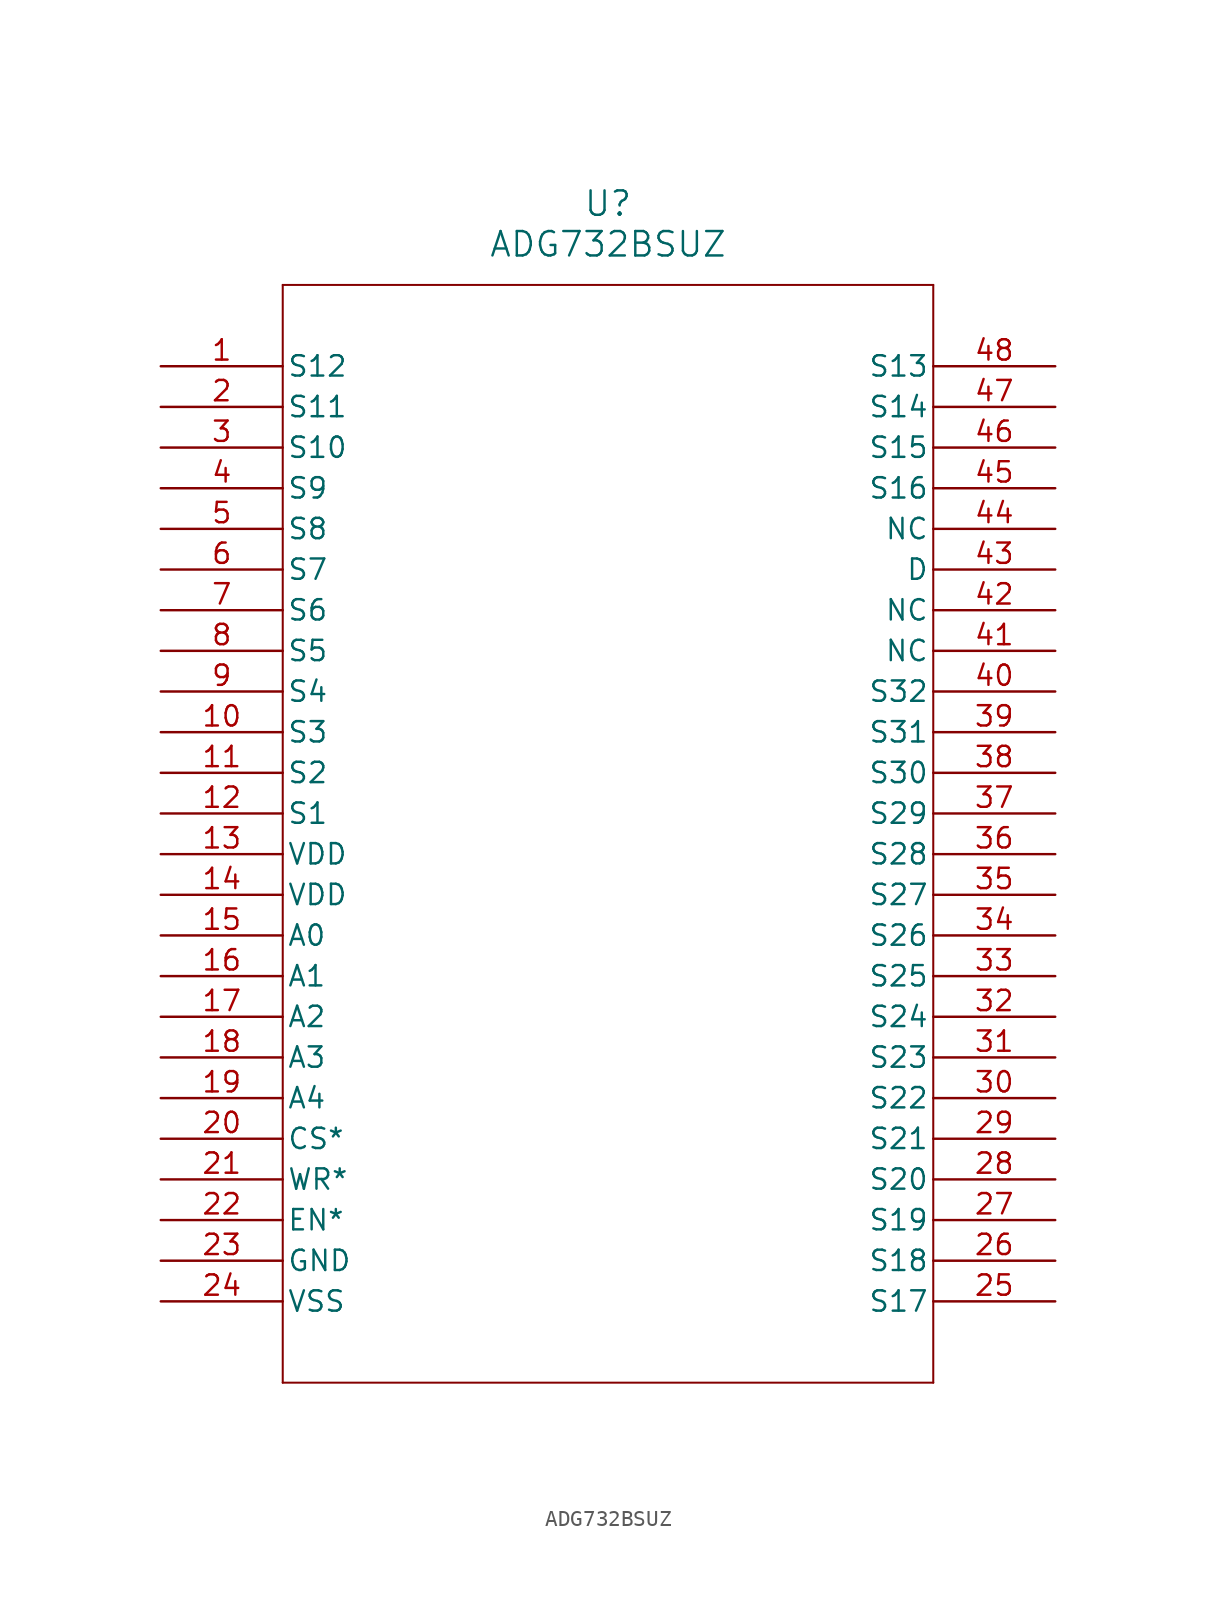
<source format=kicad_sym>
(kicad_symbol_lib
  (version 20211014)
  (generator kicad_symbol_editor)
  (symbol "ADG732BSUZ"
    (pin_names
      (offset 0.254))
    (property "Reference" "U"
      (at 27.94 10.16 0)
      (effects (font (size 1.524 1.524))))
    (property "Value" "ADG732BSUZ"
      (at 27.94 7.62 0)
      (effects (font (size 1.524 1.524))))
    (symbol "ADG732BSUZ_0_1"
      (polyline (pts (xy 7.62 5.08) (xy 7.62 -63.5)) (stroke (width 0.127) (type default) (color 0 0 0 0)) (fill (type none)))
      (polyline (pts (xy 7.62 -63.5) (xy 48.26 -63.5)) (stroke (width 0.127) (type default) (color 0 0 0 0)) (fill (type none)))
      (polyline (pts (xy 48.26 -63.5) (xy 48.26 5.08)) (stroke (width 0.127) (type default) (color 0 0 0 0)) (fill (type none)))
      (polyline (pts (xy 48.26 5.08) (xy 7.62 5.08)) (stroke (width 0.127) (type default) (color 0 0 0 0)) (fill (type none)))
      (pin unspecified line (at 0 0 0) (length 7.62) (name "S12" (effects (font (size 1.27 1.27)))) (number "1" (effects (font (size 1.27 1.27)))))
      (pin unspecified line (at 0 -2.54 0) (length 7.62) (name "S11" (effects (font (size 1.27 1.27)))) (number "2" (effects (font (size 1.27 1.27)))))
      (pin unspecified line (at 0 -5.08 0) (length 7.62) (name "S10" (effects (font (size 1.27 1.27)))) (number "3" (effects (font (size 1.27 1.27)))))
      (pin unspecified line (at 0 -7.62 0) (length 7.62) (name "S9" (effects (font (size 1.27 1.27)))) (number "4" (effects (font (size 1.27 1.27)))))
      (pin unspecified line (at 0 -10.16 0) (length 7.62) (name "S8" (effects (font (size 1.27 1.27)))) (number "5" (effects (font (size 1.27 1.27)))))
      (pin unspecified line (at 0 -12.7 0) (length 7.62) (name "S7" (effects (font (size 1.27 1.27)))) (number "6" (effects (font (size 1.27 1.27)))))
      (pin unspecified line (at 0 -15.24 0) (length 7.62) (name "S6" (effects (font (size 1.27 1.27)))) (number "7" (effects (font (size 1.27 1.27)))))
      (pin unspecified line (at 0 -17.78 0) (length 7.62) (name "S5" (effects (font (size 1.27 1.27)))) (number "8" (effects (font (size 1.27 1.27)))))
      (pin unspecified line (at 0 -20.32 0) (length 7.62) (name "S4" (effects (font (size 1.27 1.27)))) (number "9" (effects (font (size 1.27 1.27)))))
      (pin unspecified line (at 0 -22.86 0) (length 7.62) (name "S3" (effects (font (size 1.27 1.27)))) (number "10" (effects (font (size 1.27 1.27)))))
      (pin unspecified line (at 0 -25.4 0) (length 7.62) (name "S2" (effects (font (size 1.27 1.27)))) (number "11" (effects (font (size 1.27 1.27)))))
      (pin unspecified line (at 0 -27.94 0) (length 7.62) (name "S1" (effects (font (size 1.27 1.27)))) (number "12" (effects (font (size 1.27 1.27)))))
      (pin power_in line (at 0 -30.48 0) (length 7.62) (name "VDD" (effects (font (size 1.27 1.27)))) (number "13" (effects (font (size 1.27 1.27)))))
      (pin power_in line (at 0 -33.02 0) (length 7.62) (name "VDD" (effects (font (size 1.27 1.27)))) (number "14" (effects (font (size 1.27 1.27)))))
      (pin unspecified line (at 0 -35.56 0) (length 7.62) (name "A0" (effects (font (size 1.27 1.27)))) (number "15" (effects (font (size 1.27 1.27)))))
      (pin unspecified line (at 0 -38.1 0) (length 7.62) (name "A1" (effects (font (size 1.27 1.27)))) (number "16" (effects (font (size 1.27 1.27)))))
      (pin unspecified line (at 0 -40.64 0) (length 7.62) (name "A2" (effects (font (size 1.27 1.27)))) (number "17" (effects (font (size 1.27 1.27)))))
      (pin unspecified line (at 0 -43.18 0) (length 7.62) (name "A3" (effects (font (size 1.27 1.27)))) (number "18" (effects (font (size 1.27 1.27)))))
      (pin unspecified line (at 0 -45.72 0) (length 7.62) (name "A4" (effects (font (size 1.27 1.27)))) (number "19" (effects (font (size 1.27 1.27)))))
      (pin unspecified line (at 0 -48.26 0) (length 7.62) (name "CS*" (effects (font (size 1.27 1.27)))) (number "20" (effects (font (size 1.27 1.27)))))
      (pin unspecified line (at 0 -50.8 0) (length 7.62) (name "WR*" (effects (font (size 1.27 1.27)))) (number "21" (effects (font (size 1.27 1.27)))))
      (pin unspecified line (at 0 -53.34 0) (length 7.62) (name "EN*" (effects (font (size 1.27 1.27)))) (number "22" (effects (font (size 1.27 1.27)))))
      (pin unspecified line (at 0 -55.88 0) (length 7.62) (name "GND" (effects (font (size 1.27 1.27)))) (number "23" (effects (font (size 1.27 1.27)))))
      (pin power_in line (at 0 -58.42 0) (length 7.62) (name "VSS" (effects (font (size 1.27 1.27)))) (number "24" (effects (font (size 1.27 1.27)))))
      (pin unspecified line (at 55.88 -58.42 180) (length 7.62) (name "S17" (effects (font (size 1.27 1.27)))) (number "25" (effects (font (size 1.27 1.27)))))
      (pin unspecified line (at 55.88 -55.88 180) (length 7.62) (name "S18" (effects (font (size 1.27 1.27)))) (number "26" (effects (font (size 1.27 1.27)))))
      (pin unspecified line (at 55.88 -53.34 180) (length 7.62) (name "S19" (effects (font (size 1.27 1.27)))) (number "27" (effects (font (size 1.27 1.27)))))
      (pin unspecified line (at 55.88 -50.8 180) (length 7.62) (name "S20" (effects (font (size 1.27 1.27)))) (number "28" (effects (font (size 1.27 1.27)))))
      (pin unspecified line (at 55.88 -48.26 180) (length 7.62) (name "S21" (effects (font (size 1.27 1.27)))) (number "29" (effects (font (size 1.27 1.27)))))
      (pin unspecified line (at 55.88 -45.72 180) (length 7.62) (name "S22" (effects (font (size 1.27 1.27)))) (number "30" (effects (font (size 1.27 1.27)))))
      (pin unspecified line (at 55.88 -43.18 180) (length 7.62) (name "S23" (effects (font (size 1.27 1.27)))) (number "31" (effects (font (size 1.27 1.27)))))
      (pin unspecified line (at 55.88 -40.64 180) (length 7.62) (name "S24" (effects (font (size 1.27 1.27)))) (number "32" (effects (font (size 1.27 1.27)))))
      (pin unspecified line (at 55.88 -38.1 180) (length 7.62) (name "S25" (effects (font (size 1.27 1.27)))) (number "33" (effects (font (size 1.27 1.27)))))
      (pin unspecified line (at 55.88 -35.56 180) (length 7.62) (name "S26" (effects (font (size 1.27 1.27)))) (number "34" (effects (font (size 1.27 1.27)))))
      (pin unspecified line (at 55.88 -33.02 180) (length 7.62) (name "S27" (effects (font (size 1.27 1.27)))) (number "35" (effects (font (size 1.27 1.27)))))
      (pin unspecified line (at 55.88 -30.48 180) (length 7.62) (name "S28" (effects (font (size 1.27 1.27)))) (number "36" (effects (font (size 1.27 1.27)))))
      (pin unspecified line (at 55.88 -27.94 180) (length 7.62) (name "S29" (effects (font (size 1.27 1.27)))) (number "37" (effects (font (size 1.27 1.27)))))
      (pin unspecified line (at 55.88 -25.4 180) (length 7.62) (name "S30" (effects (font (size 1.27 1.27)))) (number "38" (effects (font (size 1.27 1.27)))))
      (pin unspecified line (at 55.88 -22.86 180) (length 7.62) (name "S31" (effects (font (size 1.27 1.27)))) (number "39" (effects (font (size 1.27 1.27)))))
      (pin unspecified line (at 55.88 -20.32 180) (length 7.62) (name "S32" (effects (font (size 1.27 1.27)))) (number "40" (effects (font (size 1.27 1.27)))))
      (pin unspecified line (at 55.88 -17.78 180) (length 7.62) (name "NC" (effects (font (size 1.27 1.27)))) (number "41" (effects (font (size 1.27 1.27)))))
      (pin unspecified line (at 55.88 -15.24 180) (length 7.62) (name "NC" (effects (font (size 1.27 1.27)))) (number "42" (effects (font (size 1.27 1.27)))))
      (pin unspecified line (at 55.88 -12.7 180) (length 7.62) (name "D" (effects (font (size 1.27 1.27)))) (number "43" (effects (font (size 1.27 1.27)))))
      (pin unspecified line (at 55.88 -10.16 180) (length 7.62) (name "NC" (effects (font (size 1.27 1.27)))) (number "44" (effects (font (size 1.27 1.27)))))
      (pin unspecified line (at 55.88 -7.62 180) (length 7.62) (name "S16" (effects (font (size 1.27 1.27)))) (number "45" (effects (font (size 1.27 1.27)))))
      (pin unspecified line (at 55.88 -5.08 180) (length 7.62) (name "S15" (effects (font (size 1.27 1.27)))) (number "46" (effects (font (size 1.27 1.27)))))
      (pin unspecified line (at 55.88 -2.54 180) (length 7.62) (name "S14" (effects (font (size 1.27 1.27)))) (number "47" (effects (font (size 1.27 1.27)))))
      (pin unspecified line (at 55.88 0 180) (length 7.62) (name "S13" (effects (font (size 1.27 1.27)))) (number "48" (effects (font (size 1.27 1.27))))))))
</source>
